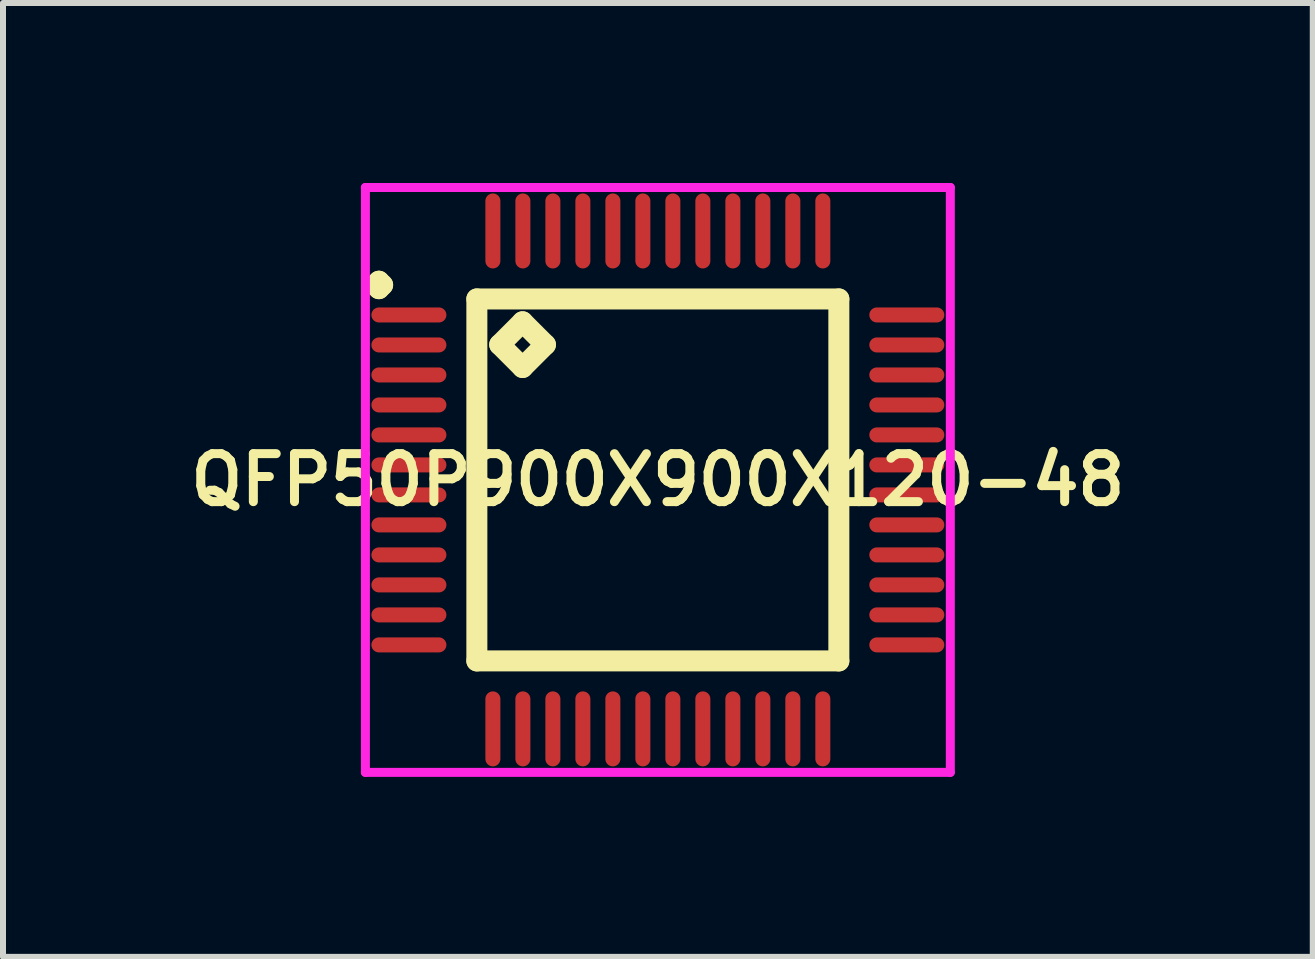
<source format=kicad_pcb>
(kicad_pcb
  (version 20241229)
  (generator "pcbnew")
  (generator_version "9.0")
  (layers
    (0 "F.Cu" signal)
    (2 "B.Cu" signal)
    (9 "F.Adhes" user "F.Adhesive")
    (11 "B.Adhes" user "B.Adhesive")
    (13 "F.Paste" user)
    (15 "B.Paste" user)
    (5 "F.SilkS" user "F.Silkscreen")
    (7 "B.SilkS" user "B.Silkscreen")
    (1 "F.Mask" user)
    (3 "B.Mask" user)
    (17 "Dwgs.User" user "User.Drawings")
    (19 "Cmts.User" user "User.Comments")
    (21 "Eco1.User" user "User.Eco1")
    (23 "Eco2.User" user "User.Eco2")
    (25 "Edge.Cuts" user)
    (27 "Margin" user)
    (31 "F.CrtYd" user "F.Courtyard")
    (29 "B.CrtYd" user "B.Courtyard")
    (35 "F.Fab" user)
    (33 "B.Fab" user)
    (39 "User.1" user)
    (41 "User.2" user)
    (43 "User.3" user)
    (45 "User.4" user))
  (footprint "QFP50P900X900X120-48"
    (layer "F.Cu")
    (at 7.916 4.95)
    (property "Reference" "QFP50P900X900X120-48" (at 0 0 0) (layer "F.SilkS") (effects (font (size 0.8 0.8) (thickness 0.15))))
    (attr smd)
    (fp_line (start -4.713 -3.25) (end -4.65 -3.312) (stroke (width 0.35) (type solid)) (layer "F.SilkS"))
    (fp_line (start -4.65 -3.312) (end -4.588 -3.25) (stroke (width 0.35) (type solid)) (layer "F.SilkS"))
    (fp_line (start -4.65 -3.188) (end -4.713 -3.25) (stroke (width 0.35) (type solid)) (layer "F.SilkS"))
    (fp_line (start -4.588 -3.25) (end -4.65 -3.188) (stroke (width 0.35) (type solid)) (layer "F.SilkS"))
    (fp_line (start -3.017 -3.017) (end -3.017 3.017) (stroke (width 0.35) (type solid)) (layer "F.SilkS"))
    (fp_line (start -3.017 3.017) (end 3.017 3.017) (stroke (width 0.35) (type solid)) (layer "F.SilkS"))
    (fp_line (start -2.636 -2.255) (end -2.255 -2.636) (stroke (width 0.35) (type solid)) (layer "F.SilkS"))
    (fp_line (start -2.255 -2.636) (end -1.874 -2.255) (stroke (width 0.35) (type solid)) (layer "F.SilkS"))
    (fp_line (start -2.255 -1.874) (end -2.636 -2.255) (stroke (width 0.35) (type solid)) (layer "F.SilkS"))
    (fp_line (start -1.874 -2.255) (end -2.255 -1.874) (stroke (width 0.35) (type solid)) (layer "F.SilkS"))
    (fp_line (start 3.017 -3.017) (end -3.017 -3.017) (stroke (width 0.35) (type solid)) (layer "F.SilkS"))
    (fp_line (start 3.017 3.017) (end 3.017 -3.017) (stroke (width 0.35) (type solid)) (layer "F.SilkS"))
    (fp_line (start -4.875 -4.875) (end 4.875 -4.875) (stroke (width 0.15) (type solid)) (layer "F.CrtYd"))
    (fp_line (start -4.875 4.875) (end -4.875 -4.875) (stroke (width 0.15) (type solid)) (layer "F.CrtYd"))
    (fp_line (start 4.875 -4.875) (end 4.875 4.875) (stroke (width 0.15) (type solid)) (layer "F.CrtYd"))
    (fp_line (start 4.875 4.875) (end -4.875 4.875) (stroke (width 0.15) (type solid)) (layer "F.CrtYd"))
    (pad "1" smd oval (at -4.15 -2.75) (size 1.25 0.25) (layers "F.Cu" "F.Mask" "F.Paste"))
    (pad "2" smd oval (at -4.15 -2.25) (size 1.25 0.25) (layers "F.Cu" "F.Mask" "F.Paste"))
    (pad "3" smd oval (at -4.15 -1.75) (size 1.25 0.25) (layers "F.Cu" "F.Mask" "F.Paste"))
    (pad "4" smd oval (at -4.15 -1.25) (size 1.25 0.25) (layers "F.Cu" "F.Mask" "F.Paste"))
    (pad "5" smd oval (at -4.15 -0.75) (size 1.25 0.25) (layers "F.Cu" "F.Mask" "F.Paste"))
    (pad "6" smd oval (at -4.15 -0.25) (size 1.25 0.25) (layers "F.Cu" "F.Mask" "F.Paste"))
    (pad "7" smd oval (at -4.15 0.25) (size 1.25 0.25) (layers "F.Cu" "F.Mask" "F.Paste"))
    (pad "8" smd oval (at -4.15 0.75) (size 1.25 0.25) (layers "F.Cu" "F.Mask" "F.Paste"))
    (pad "9" smd oval (at -4.15 1.25) (size 1.25 0.25) (layers "F.Cu" "F.Mask" "F.Paste"))
    (pad "10" smd oval (at -4.15 1.75) (size 1.25 0.25) (layers "F.Cu" "F.Mask" "F.Paste"))
    (pad "11" smd oval (at -4.15 2.25) (size 1.25 0.25) (layers "F.Cu" "F.Mask" "F.Paste"))
    (pad "12" smd oval (at -4.15 2.75) (size 1.25 0.25) (layers "F.Cu" "F.Mask" "F.Paste"))
    (pad "13" smd oval (at -2.75 4.15) (size 0.25 1.25) (layers "F.Cu" "F.Mask" "F.Paste"))
    (pad "14" smd oval (at -2.25 4.15) (size 0.25 1.25) (layers "F.Cu" "F.Mask" "F.Paste"))
    (pad "15" smd oval (at -1.75 4.15) (size 0.25 1.25) (layers "F.Cu" "F.Mask" "F.Paste"))
    (pad "16" smd oval (at -1.25 4.15) (size 0.25 1.25) (layers "F.Cu" "F.Mask" "F.Paste"))
    (pad "17" smd oval (at -0.75 4.15) (size 0.25 1.25) (layers "F.Cu" "F.Mask" "F.Paste"))
    (pad "18" smd oval (at -0.25 4.15) (size 0.25 1.25) (layers "F.Cu" "F.Mask" "F.Paste"))
    (pad "19" smd oval (at 0.25 4.15) (size 0.25 1.25) (layers "F.Cu" "F.Mask" "F.Paste"))
    (pad "20" smd oval (at 0.75 4.15) (size 0.25 1.25) (layers "F.Cu" "F.Mask" "F.Paste"))
    (pad "21" smd oval (at 1.25 4.15) (size 0.25 1.25) (layers "F.Cu" "F.Mask" "F.Paste"))
    (pad "22" smd oval (at 1.75 4.15) (size 0.25 1.25) (layers "F.Cu" "F.Mask" "F.Paste"))
    (pad "23" smd oval (at 2.25 4.15) (size 0.25 1.25) (layers "F.Cu" "F.Mask" "F.Paste"))
    (pad "24" smd oval (at 2.75 4.15) (size 0.25 1.25) (layers "F.Cu" "F.Mask" "F.Paste"))
    (pad "25" smd oval (at 4.15 2.75) (size 1.25 0.25) (layers "F.Cu" "F.Mask" "F.Paste"))
    (pad "26" smd oval (at 4.15 2.25) (size 1.25 0.25) (layers "F.Cu" "F.Mask" "F.Paste"))
    (pad "27" smd oval (at 4.15 1.75) (size 1.25 0.25) (layers "F.Cu" "F.Mask" "F.Paste"))
    (pad "28" smd oval (at 4.15 1.25) (size 1.25 0.25) (layers "F.Cu" "F.Mask" "F.Paste"))
    (pad "29" smd oval (at 4.15 0.75) (size 1.25 0.25) (layers "F.Cu" "F.Mask" "F.Paste"))
    (pad "30" smd oval (at 4.15 0.25) (size 1.25 0.25) (layers "F.Cu" "F.Mask" "F.Paste"))
    (pad "31" smd oval (at 4.15 -0.25) (size 1.25 0.25) (layers "F.Cu" "F.Mask" "F.Paste"))
    (pad "32" smd oval (at 4.15 -0.75) (size 1.25 0.25) (layers "F.Cu" "F.Mask" "F.Paste"))
    (pad "33" smd oval (at 4.15 -1.25) (size 1.25 0.25) (layers "F.Cu" "F.Mask" "F.Paste"))
    (pad "34" smd oval (at 4.15 -1.75) (size 1.25 0.25) (layers "F.Cu" "F.Mask" "F.Paste"))
    (pad "35" smd oval (at 4.15 -2.25) (size 1.25 0.25) (layers "F.Cu" "F.Mask" "F.Paste"))
    (pad "36" smd oval (at 4.15 -2.75) (size 1.25 0.25) (layers "F.Cu" "F.Mask" "F.Paste"))
    (pad "37" smd oval (at 2.75 -4.15) (size 0.25 1.25) (layers "F.Cu" "F.Mask" "F.Paste"))
    (pad "38" smd oval (at 2.25 -4.15) (size 0.25 1.25) (layers "F.Cu" "F.Mask" "F.Paste"))
    (pad "39" smd oval (at 1.75 -4.15) (size 0.25 1.25) (layers "F.Cu" "F.Mask" "F.Paste"))
    (pad "40" smd oval (at 1.25 -4.15) (size 0.25 1.25) (layers "F.Cu" "F.Mask" "F.Paste"))
    (pad "41" smd oval (at 0.75 -4.15) (size 0.25 1.25) (layers "F.Cu" "F.Mask" "F.Paste"))
    (pad "42" smd oval (at 0.25 -4.15) (size 0.25 1.25) (layers "F.Cu" "F.Mask" "F.Paste"))
    (pad "43" smd oval (at -0.25 -4.15) (size 0.25 1.25) (layers "F.Cu" "F.Mask" "F.Paste"))
    (pad "44" smd oval (at -0.75 -4.15) (size 0.25 1.25) (layers "F.Cu" "F.Mask" "F.Paste"))
    (pad "45" smd oval (at -1.25 -4.15) (size 0.25 1.25) (layers "F.Cu" "F.Mask" "F.Paste"))
    (pad "46" smd oval (at -1.75 -4.15) (size 0.25 1.25) (layers "F.Cu" "F.Mask" "F.Paste"))
    (pad "47" smd oval (at -2.25 -4.15) (size 0.25 1.25) (layers "F.Cu" "F.Mask" "F.Paste"))
    (pad "48" smd oval (at -2.75 -4.15) (size 0.25 1.25) (layers "F.Cu" "F.Mask" "F.Paste")))
  (gr_rect
    (start -3 -3)
    (end 18.833 12.9)
    (stroke (width 0.1) (type default))
    (fill no)
    (layer "Edge.Cuts")))
</source>
